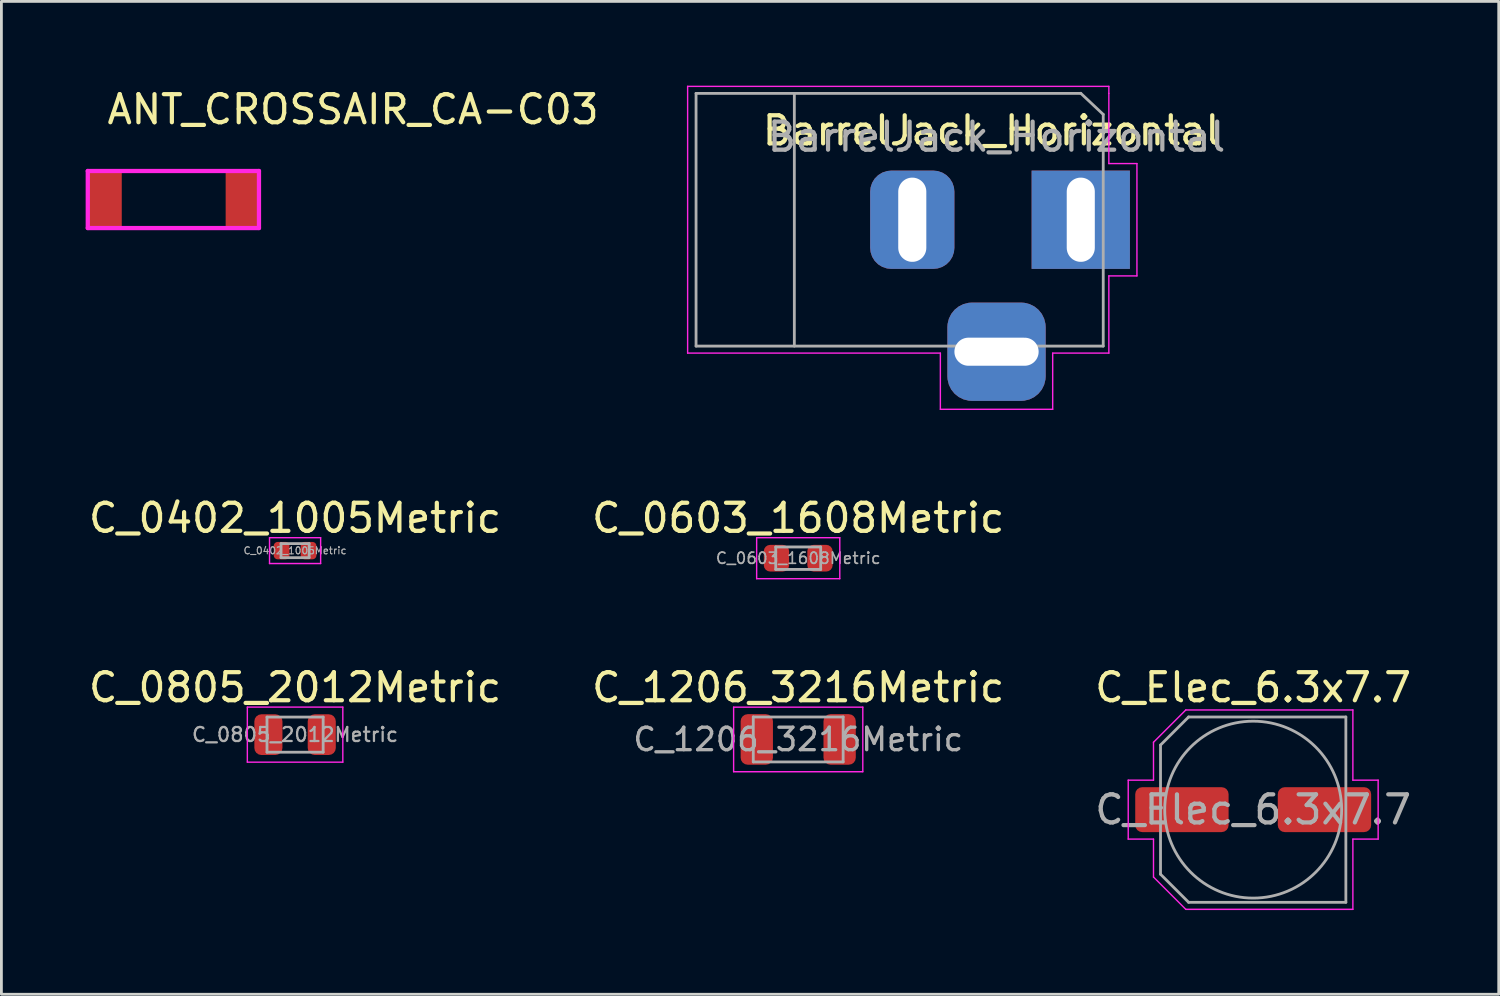
<source format=kicad_pcb>
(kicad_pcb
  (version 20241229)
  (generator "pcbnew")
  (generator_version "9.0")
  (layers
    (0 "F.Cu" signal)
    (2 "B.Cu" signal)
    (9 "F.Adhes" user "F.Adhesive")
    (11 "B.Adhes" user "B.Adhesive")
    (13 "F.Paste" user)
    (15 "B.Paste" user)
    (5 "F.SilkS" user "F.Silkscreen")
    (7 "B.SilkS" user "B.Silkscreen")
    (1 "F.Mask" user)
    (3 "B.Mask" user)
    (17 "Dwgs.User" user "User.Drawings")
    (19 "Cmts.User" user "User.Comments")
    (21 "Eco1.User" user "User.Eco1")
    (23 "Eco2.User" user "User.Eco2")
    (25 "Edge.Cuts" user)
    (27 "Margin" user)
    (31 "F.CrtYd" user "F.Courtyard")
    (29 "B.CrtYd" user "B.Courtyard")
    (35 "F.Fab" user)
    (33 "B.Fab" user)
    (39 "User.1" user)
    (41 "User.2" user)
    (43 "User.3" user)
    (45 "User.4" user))
  (footprint "C_1206_3216Metric"
    (layer "F.Cu")
    (at 25.375 23.282)
    (property "Reference" "C_1206_3216Metric" (at 0 -1.85 0) (layer "F.SilkS") (effects (font (size 1 1) (thickness 0.15))))
    (attr smd)
    (fp_line (start -2.3 -1.15) (end 2.3 -1.15) (stroke (width 0.05) (type solid)) (layer "F.CrtYd"))
    (fp_line (start -2.3 1.15) (end -2.3 -1.15) (stroke (width 0.05) (type solid)) (layer "F.CrtYd"))
    (fp_line (start 2.3 -1.15) (end 2.3 1.15) (stroke (width 0.05) (type solid)) (layer "F.CrtYd"))
    (fp_line (start 2.3 1.15) (end -2.3 1.15) (stroke (width 0.05) (type solid)) (layer "F.CrtYd"))
    (fp_line (start -1.6 -0.8) (end 1.6 -0.8) (stroke (width 0.1) (type solid)) (layer "F.Fab"))
    (fp_line (start -1.6 0.8) (end -1.6 -0.8) (stroke (width 0.1) (type solid)) (layer "F.Fab"))
    (fp_line (start 1.6 -0.8) (end 1.6 0.8) (stroke (width 0.1) (type solid)) (layer "F.Fab"))
    (fp_line (start 1.6 0.8) (end -1.6 0.8) (stroke (width 0.1) (type solid)) (layer "F.Fab"))
    (fp_text user "${REFERENCE}" (at 0 0 0) (layer "F.Fab") (effects (font (size 0.8 0.8) (thickness 0.12))))
    (pad "1" smd roundrect (at -1.475 0) (size 1.15 1.8) (layers "F.Cu" "F.Mask" "F.Paste") (roundrect_rratio 0.217))
    (pad "2" smd roundrect (at 1.475 0) (size 1.15 1.8) (layers "F.Cu" "F.Mask" "F.Paste") (roundrect_rratio 0.217)))
  (footprint "C_Elec_6.3x7.7"
    (layer "F.Cu")
    (at 41.577 25.782)
    (property "Reference" "C_Elec_6.3x7.7" (at 0 -4.35 0) (layer "F.SilkS") (effects (font (size 1 1) (thickness 0.15))))
    (attr smd)
    (fp_line (start -4.45 -1.05) (end -4.45 1.05) (stroke (width 0.05) (type solid)) (layer "F.CrtYd"))
    (fp_line (start -4.45 1.05) (end -3.55 1.05) (stroke (width 0.05) (type solid)) (layer "F.CrtYd"))
    (fp_line (start -3.55 -2.4) (end -3.55 -1.05) (stroke (width 0.05) (type solid)) (layer "F.CrtYd"))
    (fp_line (start -3.55 -2.4) (end -2.4 -3.55) (stroke (width 0.05) (type solid)) (layer "F.CrtYd"))
    (fp_line (start -3.55 -1.05) (end -4.45 -1.05) (stroke (width 0.05) (type solid)) (layer "F.CrtYd"))
    (fp_line (start -3.55 1.05) (end -3.55 2.4) (stroke (width 0.05) (type solid)) (layer "F.CrtYd"))
    (fp_line (start -3.55 2.4) (end -2.4 3.55) (stroke (width 0.05) (type solid)) (layer "F.CrtYd"))
    (fp_line (start -2.4 -3.55) (end 3.55 -3.55) (stroke (width 0.05) (type solid)) (layer "F.CrtYd"))
    (fp_line (start -2.4 3.55) (end 3.55 3.55) (stroke (width 0.05) (type solid)) (layer "F.CrtYd"))
    (fp_line (start 3.55 -3.55) (end 3.55 -1.05) (stroke (width 0.05) (type solid)) (layer "F.CrtYd"))
    (fp_line (start 3.55 -1.05) (end 4.45 -1.05) (stroke (width 0.05) (type solid)) (layer "F.CrtYd"))
    (fp_line (start 3.55 1.05) (end 3.55 3.55) (stroke (width 0.05) (type solid)) (layer "F.CrtYd"))
    (fp_line (start 4.45 -1.05) (end 4.45 1.05) (stroke (width 0.05) (type solid)) (layer "F.CrtYd"))
    (fp_line (start 4.45 1.05) (end 3.55 1.05) (stroke (width 0.05) (type solid)) (layer "F.CrtYd"))
    (fp_line (start -3.3 -2.3) (end -3.3 2.3) (stroke (width 0.1) (type solid)) (layer "F.Fab"))
    (fp_line (start -3.3 -2.3) (end -2.3 -3.3) (stroke (width 0.1) (type solid)) (layer "F.Fab"))
    (fp_line (start -3.3 2.3) (end -2.3 3.3) (stroke (width 0.1) (type solid)) (layer "F.Fab"))
    (fp_line (start -2.3 -3.3) (end 3.3 -3.3) (stroke (width 0.1) (type solid)) (layer "F.Fab"))
    (fp_line (start -2.3 3.3) (end 3.3 3.3) (stroke (width 0.1) (type solid)) (layer "F.Fab"))
    (fp_line (start 3.3 -3.3) (end 3.3 3.3) (stroke (width 0.1) (type solid)) (layer "F.Fab"))
    (fp_circle (center 0 0) (end 3.15 0) (stroke (width 0.1) (type solid)) (fill no) (layer "F.Fab"))
    (fp_text user "${REFERENCE}" (at 0 0 0) (layer "F.Fab") (effects (font (size 1 1) (thickness 0.15))))
    (pad "1" smd roundrect (at -2.538 0) (size 3.325 1.6) (layers "F.Cu" "F.Mask" "F.Paste") (roundrect_rratio 0.156))
    (pad "2" smd roundrect (at 2.538 0) (size 3.325 1.6) (layers "F.Cu" "F.Mask" "F.Paste") (roundrect_rratio 0.156)))
  (footprint "BarrelJack_Horizontal"
    (layer "F.Cu")
    (at 35.437 4.775)
    (property "Reference" "BarrelJack_Horizontal" (at -3.175 -3.175 0) (layer "F.SilkS") (effects (font (size 1 1) (thickness 0.15))))
    (attr through_hole)
    (fp_line (start -14 4.75) (end -14 -4.75) (stroke (width 0.05) (type solid)) (layer "F.CrtYd"))
    (fp_line (start -5 4.75) (end -14 4.75) (stroke (width 0.05) (type solid)) (layer "F.CrtYd"))
    (fp_line (start -5 6.75) (end -5 4.75) (stroke (width 0.05) (type solid)) (layer "F.CrtYd"))
    (fp_line (start -1 4.75) (end -1 6.75) (stroke (width 0.05) (type solid)) (layer "F.CrtYd"))
    (fp_line (start -1 6.75) (end -5 6.75) (stroke (width 0.05) (type solid)) (layer "F.CrtYd"))
    (fp_line (start 1 -4.75) (end -14 -4.75) (stroke (width 0.05) (type solid)) (layer "F.CrtYd"))
    (fp_line (start 1 -4.5) (end 1 -4.75) (stroke (width 0.05) (type solid)) (layer "F.CrtYd"))
    (fp_line (start 1 -4.5) (end 1 -2) (stroke (width 0.05) (type solid)) (layer "F.CrtYd"))
    (fp_line (start 1 -2) (end 2 -2) (stroke (width 0.05) (type solid)) (layer "F.CrtYd"))
    (fp_line (start 1 2) (end 1 4.75) (stroke (width 0.05) (type solid)) (layer "F.CrtYd"))
    (fp_line (start 1 4.75) (end -1 4.75) (stroke (width 0.05) (type solid)) (layer "F.CrtYd"))
    (fp_line (start 2 -2) (end 2 2) (stroke (width 0.05) (type solid)) (layer "F.CrtYd"))
    (fp_line (start 2 2) (end 1 2) (stroke (width 0.05) (type solid)) (layer "F.CrtYd"))
    (fp_line (start -13.7 -4.5) (end -13.7 4.5) (stroke (width 0.1) (type solid)) (layer "F.Fab"))
    (fp_line (start -13.7 4.5) (end 0.8 4.5) (stroke (width 0.1) (type solid)) (layer "F.Fab"))
    (fp_line (start -10.2 -4.5) (end -10.2 4.5) (stroke (width 0.1) (type solid)) (layer "F.Fab"))
    (fp_line (start -0.003 -4.505) (end 0.8 -3.75) (stroke (width 0.1) (type solid)) (layer "F.Fab"))
    (fp_line (start 0 -4.5) (end -13.7 -4.5) (stroke (width 0.1) (type solid)) (layer "F.Fab"))
    (fp_line (start 0.8 4.5) (end 0.8 -3.75) (stroke (width 0.1) (type solid)) (layer "F.Fab"))
    (fp_text user "${REFERENCE}" (at -3 -2.95 0) (layer "F.Fab") (effects (font (size 1 1) (thickness 0.15))))
    (pad "1" thru_hole rect (at 0 0) (size 3.5 3.5) (drill oval 1 3) (layers "*.Cu" "*.Mask"))
    (pad "2" thru_hole roundrect (at -6 0) (size 3 3.5) (drill oval 1 3) (layers "*.Cu" "*.Mask") (roundrect_rratio 0.25))
    (pad "3" thru_hole roundrect (at -3 4.7) (size 3.5 3.5) (drill oval 3 1) (layers "*.Cu" "*.Mask") (roundrect_rratio 0.25)))
  (footprint "C_0603_1608Metric"
    (layer "F.Cu")
    (at 25.375 16.828)
    (property "Reference" "C_0603_1608Metric" (at 0 -1.43 0) (layer "F.SilkS") (effects (font (size 1 1) (thickness 0.15))))
    (attr smd)
    (fp_line (start -1.48 -0.73) (end 1.48 -0.73) (stroke (width 0.05) (type solid)) (layer "F.CrtYd"))
    (fp_line (start -1.48 0.73) (end -1.48 -0.73) (stroke (width 0.05) (type solid)) (layer "F.CrtYd"))
    (fp_line (start 1.48 -0.73) (end 1.48 0.73) (stroke (width 0.05) (type solid)) (layer "F.CrtYd"))
    (fp_line (start 1.48 0.73) (end -1.48 0.73) (stroke (width 0.05) (type solid)) (layer "F.CrtYd"))
    (fp_line (start -0.8 -0.4) (end 0.8 -0.4) (stroke (width 0.1) (type solid)) (layer "F.Fab"))
    (fp_line (start -0.8 0.4) (end -0.8 -0.4) (stroke (width 0.1) (type solid)) (layer "F.Fab"))
    (fp_line (start 0.8 -0.4) (end 0.8 0.4) (stroke (width 0.1) (type solid)) (layer "F.Fab"))
    (fp_line (start 0.8 0.4) (end -0.8 0.4) (stroke (width 0.1) (type solid)) (layer "F.Fab"))
    (fp_text user "${REFERENCE}" (at 0 0 0) (layer "F.Fab") (effects (font (size 0.4 0.4) (thickness 0.06))))
    (pad "1" smd roundrect (at -0.775 0) (size 0.9 0.95) (layers "F.Cu" "F.Mask" "F.Paste") (roundrect_rratio 0.25))
    (pad "2" smd roundrect (at 0.775 0) (size 0.9 0.95) (layers "F.Cu" "F.Mask" "F.Paste") (roundrect_rratio 0.25)))
  (footprint "C_0402_1005Metric"
    (layer "F.Cu")
    (at 7.458 16.558)
    (property "Reference" "C_0402_1005Metric" (at 0 -1.16 0) (layer "F.SilkS") (effects (font (size 1 1) (thickness 0.15))))
    (attr smd)
    (fp_line (start -0.91 -0.46) (end 0.91 -0.46) (stroke (width 0.05) (type solid)) (layer "F.CrtYd"))
    (fp_line (start -0.91 0.46) (end -0.91 -0.46) (stroke (width 0.05) (type solid)) (layer "F.CrtYd"))
    (fp_line (start 0.91 -0.46) (end 0.91 0.46) (stroke (width 0.05) (type solid)) (layer "F.CrtYd"))
    (fp_line (start 0.91 0.46) (end -0.91 0.46) (stroke (width 0.05) (type solid)) (layer "F.CrtYd"))
    (fp_line (start -0.5 -0.25) (end 0.5 -0.25) (stroke (width 0.1) (type solid)) (layer "F.Fab"))
    (fp_line (start -0.5 0.25) (end -0.5 -0.25) (stroke (width 0.1) (type solid)) (layer "F.Fab"))
    (fp_line (start 0.5 -0.25) (end 0.5 0.25) (stroke (width 0.1) (type solid)) (layer "F.Fab"))
    (fp_line (start 0.5 0.25) (end -0.5 0.25) (stroke (width 0.1) (type solid)) (layer "F.Fab"))
    (fp_text user "${REFERENCE}" (at 0 0 0) (layer "F.Fab") (effects (font (size 0.25 0.25) (thickness 0.04))))
    (pad "1" smd roundrect (at -0.48 0) (size 0.56 0.62) (layers "F.Cu" "F.Mask" "F.Paste") (roundrect_rratio 0.25))
    (pad "2" smd roundrect (at 0.48 0) (size 0.56 0.62) (layers "F.Cu" "F.Mask" "F.Paste") (roundrect_rratio 0.25)))
  (footprint "C_0805_2012Metric"
    (layer "F.Cu")
    (at 7.458 23.111)
    (property "Reference" "C_0805_2012Metric" (at 0 -1.68 0) (layer "F.SilkS") (effects (font (size 1 1) (thickness 0.15))))
    (attr smd)
    (fp_line (start -1.7 -0.98) (end 1.7 -0.98) (stroke (width 0.05) (type solid)) (layer "F.CrtYd"))
    (fp_line (start -1.7 0.98) (end -1.7 -0.98) (stroke (width 0.05) (type solid)) (layer "F.CrtYd"))
    (fp_line (start 1.7 -0.98) (end 1.7 0.98) (stroke (width 0.05) (type solid)) (layer "F.CrtYd"))
    (fp_line (start 1.7 0.98) (end -1.7 0.98) (stroke (width 0.05) (type solid)) (layer "F.CrtYd"))
    (fp_line (start -1 -0.625) (end 1 -0.625) (stroke (width 0.1) (type solid)) (layer "F.Fab"))
    (fp_line (start -1 0.625) (end -1 -0.625) (stroke (width 0.1) (type solid)) (layer "F.Fab"))
    (fp_line (start 1 -0.625) (end 1 0.625) (stroke (width 0.1) (type solid)) (layer "F.Fab"))
    (fp_line (start 1 0.625) (end -1 0.625) (stroke (width 0.1) (type solid)) (layer "F.Fab"))
    (fp_text user "${REFERENCE}" (at 0 0 0) (layer "F.Fab") (effects (font (size 0.5 0.5) (thickness 0.08))))
    (pad "1" smd roundrect (at -0.95 0) (size 1 1.45) (layers "F.Cu" "F.Mask" "F.Paste") (roundrect_rratio 0.25))
    (pad "2" smd roundrect (at 0.95 0) (size 1 1.45) (layers "F.Cu" "F.Mask" "F.Paste") (roundrect_rratio 0.25)))
  (footprint "ANT_CROSSAIR_CA-C03"
    (layer "F.Cu")
    (at 0.686 4.055)
    (property "Reference" "ANT_CROSSAIR_CA-C03" (at 0 -3.207 0) (layer "F.SilkS") (effects (font (size 1 1) (thickness 0.15)) (justify left)))
    (attr through_hole)
    (fp_line (start -0.61 -1.016) (end 5.486 -1.016) (stroke (width 0.152) (type solid)) (layer "F.CrtYd"))
    (fp_line (start -0.61 1.016) (end -0.61 -1.016) (stroke (width 0.152) (type solid)) (layer "F.CrtYd"))
    (fp_line (start 5.486 -1.016) (end 5.486 1.016) (stroke (width 0.152) (type solid)) (layer "F.CrtYd"))
    (fp_line (start 5.486 1.016) (end -0.61 1.016) (stroke (width 0.152) (type solid)) (layer "F.CrtYd"))
    (pad "" smd rect (at 4.9 0) (size 1.2 2) (layers "F.Cu" "F.Mask" "F.Paste"))
    (pad "1" smd rect (at 0 0) (size 1.2 2) (layers "F.Cu" "F.Mask" "F.Paste")))
  (gr_rect
    (start -3 -3)
    (end 50.321 32.356)
    (stroke (width 0.1) (type default))
    (fill no)
    (layer "Edge.Cuts")))
</source>
